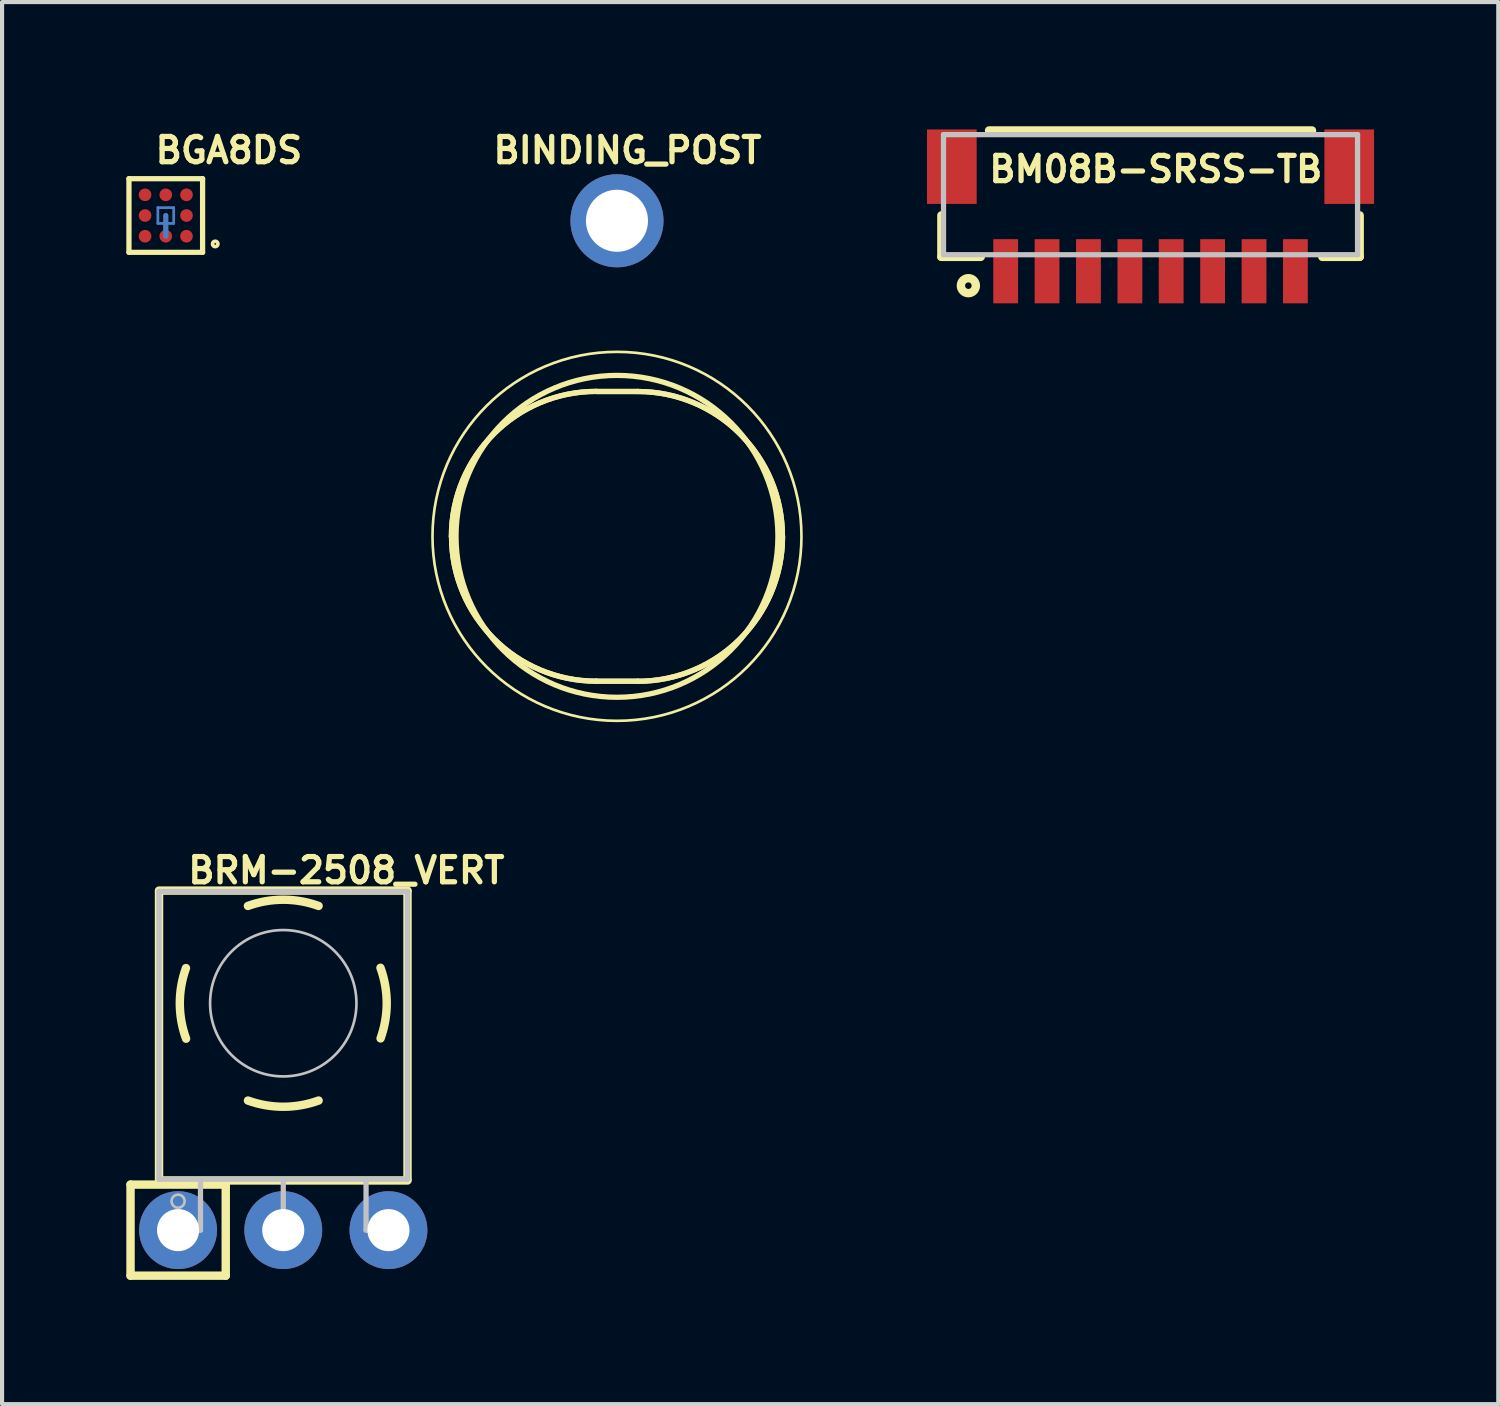
<source format=kicad_pcb>
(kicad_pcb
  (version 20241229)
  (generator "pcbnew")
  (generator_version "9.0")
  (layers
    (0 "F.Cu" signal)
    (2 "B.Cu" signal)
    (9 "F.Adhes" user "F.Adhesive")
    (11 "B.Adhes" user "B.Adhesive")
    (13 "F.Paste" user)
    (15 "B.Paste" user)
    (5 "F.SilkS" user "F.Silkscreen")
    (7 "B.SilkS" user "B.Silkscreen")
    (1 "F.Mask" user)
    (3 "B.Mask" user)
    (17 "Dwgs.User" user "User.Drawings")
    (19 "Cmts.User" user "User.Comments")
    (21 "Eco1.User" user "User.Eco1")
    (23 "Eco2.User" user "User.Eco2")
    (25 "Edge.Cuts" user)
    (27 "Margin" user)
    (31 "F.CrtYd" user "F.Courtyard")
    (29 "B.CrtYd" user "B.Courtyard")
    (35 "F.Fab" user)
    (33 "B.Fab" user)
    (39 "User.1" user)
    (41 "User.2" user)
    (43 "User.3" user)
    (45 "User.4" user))
  (footprint "BRM-2508_VERT"
    (layer "F.Cu")
    (at 3.79 26.654)
    (property "Reference" "BRM-2508_VERT" (at 1.524 -8.687 0) (layer "F.SilkS") (effects (font (size 0.61 0.61) (thickness 0.127))))
    (attr exclude_from_pos_files exclude_from_bom)
    (fp_line (start -3.688 -1.1) (end -3.688 1.1) (stroke (width 0.203) (type solid)) (layer "F.SilkS"))
    (fp_line (start -3 -8.199) (end 3 -8.199) (stroke (width 0.203) (type solid)) (layer "F.SilkS"))
    (fp_line (start -3 -8.179) (end -3 -1.229) (stroke (width 0.203) (type solid)) (layer "F.SilkS"))
    (fp_line (start -3 -1.199) (end 3 -1.199) (stroke (width 0.203) (type solid)) (layer "F.SilkS"))
    (fp_line (start -1.389 -1.1) (end -3.688 -1.1) (stroke (width 0.203) (type solid)) (layer "F.SilkS"))
    (fp_line (start -1.389 -1.1) (end -1.389 1.1) (stroke (width 0.203) (type solid)) (layer "F.SilkS"))
    (fp_line (start -1.389 1.1) (end -3.688 1.1) (stroke (width 0.203) (type solid)) (layer "F.SilkS"))
    (fp_line (start 3 -8.179) (end 3 -1.229) (stroke (width 0.203) (type solid)) (layer "F.SilkS"))
    (fp_arc (start -2.34696 -4.6228) (mid -2.498181 -5.47495) (end -2.349574 -6.327559) (stroke (width 0.2032) (type solid)) (layer "F.SilkS"))
    (fp_arc (start -0.85344 -7.82828) (mid -0.000577 -7.978482) (end 0.852356 -7.828673) (stroke (width 0.2032) (type solid)) (layer "F.SilkS"))
    (fp_arc (start 0.85344 -3.12928) (mid 0.000577 -2.979078) (end -0.852356 -3.128887) (stroke (width 0.2032) (type solid)) (layer "F.SilkS"))
    (fp_arc (start 2.34696 -6.33476) (mid 2.498181 -5.48261) (end 2.349574 -4.630001) (stroke (width 0.2032) (type solid)) (layer "F.SilkS"))
    (fp_line (start -3 -8.179) (end -3 -1.229) (stroke (width 0.127) (type solid)) (layer "Dwgs.User"))
    (fp_line (start -3 -8.179) (end 3 -8.179) (stroke (width 0.127) (type solid)) (layer "Dwgs.User"))
    (fp_line (start -3 -1.229) (end 3 -1.229) (stroke (width 0.127) (type solid)) (layer "Dwgs.User"))
    (fp_line (start -2.794 -0.254) (end -2.286 -0.254) (stroke (width 0.066) (type solid)) (layer "Dwgs.User"))
    (fp_line (start -2.794 0.254) (end -2.794 -0.254) (stroke (width 0.066) (type solid)) (layer "Dwgs.User"))
    (fp_line (start -2.794 0.254) (end -2.286 0.254) (stroke (width 0.066) (type solid)) (layer "Dwgs.User"))
    (fp_line (start -2.499 0) (end -1.999 0) (stroke (width 0.127) (type solid)) (layer "Dwgs.User"))
    (fp_line (start -2.286 0.254) (end -2.286 -0.254) (stroke (width 0.066) (type solid)) (layer "Dwgs.User"))
    (fp_line (start -1.999 0) (end -1.999 -1.199) (stroke (width 0.127) (type solid)) (layer "Dwgs.User"))
    (fp_line (start -0.254 -0.254) (end 0.254 -0.254) (stroke (width 0.066) (type solid)) (layer "Dwgs.User"))
    (fp_line (start -0.254 0.254) (end -0.254 -0.254) (stroke (width 0.066) (type solid)) (layer "Dwgs.User"))
    (fp_line (start -0.254 0.254) (end 0.254 0.254) (stroke (width 0.066) (type solid)) (layer "Dwgs.User"))
    (fp_line (start 0 -1.199) (end 0 0) (stroke (width 0.127) (type solid)) (layer "Dwgs.User"))
    (fp_line (start 0.254 0.254) (end 0.254 -0.254) (stroke (width 0.066) (type solid)) (layer "Dwgs.User"))
    (fp_line (start 1.999 0) (end 1.999 -1.199) (stroke (width 0.127) (type solid)) (layer "Dwgs.User"))
    (fp_line (start 2.286 -0.254) (end 2.794 -0.254) (stroke (width 0.066) (type solid)) (layer "Dwgs.User"))
    (fp_line (start 2.286 0.254) (end 2.286 -0.254) (stroke (width 0.066) (type solid)) (layer "Dwgs.User"))
    (fp_line (start 2.286 0.254) (end 2.794 0.254) (stroke (width 0.066) (type solid)) (layer "Dwgs.User"))
    (fp_line (start 2.499 0) (end 1.999 0) (stroke (width 0.127) (type solid)) (layer "Dwgs.User"))
    (fp_line (start 2.794 0.254) (end 2.794 -0.254) (stroke (width 0.066) (type solid)) (layer "Dwgs.User"))
    (fp_line (start 3 -8.179) (end 3 -1.229) (stroke (width 0.127) (type solid)) (layer "Dwgs.User"))
    (fp_circle (center -2.54 -0.699) (end -2.652 -0.81) (stroke (width 0.064) (type solid)) (fill no) (layer "Dwgs.User"))
    (fp_circle (center 0 -5.479) (end -1.25 -6.728) (stroke (width 0.064) (type solid)) (fill no) (layer "Dwgs.User"))
    (pad "1" thru_hole circle (at -2.54 0) (size 1.88 1.88) (drill 1.016) (layers "*.Cu" "*.Paste" "*.Mask"))
    (pad "2" thru_hole circle (at 0 0) (size 1.88 1.88) (drill 1.016) (layers "*.Cu" "*.Paste" "*.Mask"))
    (pad "3" thru_hole circle (at 2.54 0) (size 1.88 1.88) (drill 1.016) (layers "*.Cu" "*.Paste" "*.Mask")))
  (footprint "BM08B-SRSS-TB"
    (layer "F.Cu")
    (at 24.732 3.5)
    (property "Reference" "BM08B-SRSS-TB" (at 0.127 -2.464 0) (layer "F.SilkS") (effects (font (size 0.61 0.61) (thickness 0.127))))
    (attr smd)
    (fp_line (start -5.05 -0.348) (end -5.05 -1.349) (stroke (width 0.203) (type solid)) (layer "F.SilkS"))
    (fp_line (start -4.1 -0.348) (end -5.05 -0.348) (stroke (width 0.203) (type solid)) (layer "F.SilkS"))
    (fp_line (start -3.899 -3.399) (end 3.899 -3.399) (stroke (width 0.203) (type solid)) (layer "F.SilkS"))
    (fp_line (start 5.05 -0.348) (end 4.148 -0.348) (stroke (width 0.203) (type solid)) (layer "F.SilkS"))
    (fp_line (start 5.05 -0.348) (end 5.05 -1.349) (stroke (width 0.203) (type solid)) (layer "F.SilkS"))
    (fp_circle (center -4.399 0.348) (end -4.455 0.404) (stroke (width 0.203) (type solid)) (fill no) (layer "F.SilkS"))
    (fp_line (start -4.999 -3.299) (end 4.999 -3.299) (stroke (width 0.127) (type solid)) (layer "Dwgs.User"))
    (fp_line (start -4.999 -0.399) (end -4.999 -3.299) (stroke (width 0.127) (type solid)) (layer "Dwgs.User"))
    (fp_line (start -4.999 -0.399) (end 4.999 -0.399) (stroke (width 0.127) (type solid)) (layer "Dwgs.User"))
    (fp_line (start 4.999 -0.399) (end 4.999 -3.299) (stroke (width 0.127) (type solid)) (layer "Dwgs.User"))
    (pad "1" smd rect (at -3.498 0 180) (size 0.599 1.549) (layers "F.Cu" "F.Mask" "F.Paste"))
    (pad "2" smd rect (at -2.499 0 180) (size 0.599 1.549) (layers "F.Cu" "F.Mask" "F.Paste"))
    (pad "3" smd rect (at -1.499 0 180) (size 0.599 1.549) (layers "F.Cu" "F.Mask" "F.Paste"))
    (pad "4" smd rect (at -0.498 0 180) (size 0.599 1.549) (layers "F.Cu" "F.Mask" "F.Paste"))
    (pad "5" smd rect (at 0.498 0 180) (size 0.599 1.549) (layers "F.Cu" "F.Mask" "F.Paste"))
    (pad "6" smd rect (at 1.499 0 180) (size 0.599 1.549) (layers "F.Cu" "F.Mask" "F.Paste"))
    (pad "7" smd rect (at 2.499 0 180) (size 0.599 1.549) (layers "F.Cu" "F.Mask" "F.Paste"))
    (pad "8" smd rect (at 3.498 0 180) (size 0.599 1.549) (layers "F.Cu" "F.Mask" "F.Paste"))
    (pad "P$9" smd rect (at 4.798 -2.525 90) (size 1.798 1.199) (layers "F.Cu" "F.Mask" "F.Paste"))
    (pad "P$10" smd rect (at -4.798 -2.525 90) (size 1.798 1.199) (layers "F.Cu" "F.Mask" "F.Paste")))
  (footprint "BGA8DS"
    (layer "F.Cu")
    (at 0.953 2.154)
    (property "Reference" "BGA8DS" (at 1.524 -1.575 0) (layer "F.SilkS") (effects (font (size 0.61 0.61) (thickness 0.127))))
    (attr smd)
    (fp_line (start -0.191 -0.191) (end 0.191 -0.191) (stroke (width 0.066) (type solid)) (layer "B.Cu"))
    (fp_line (start -0.191 0.191) (end -0.191 -0.191) (stroke (width 0.066) (type solid)) (layer "B.Cu"))
    (fp_line (start -0.191 0.191) (end 0.191 0.191) (stroke (width 0.066) (type solid)) (layer "B.Cu"))
    (fp_line (start 0 0) (end 0 0.5) (stroke (width 0.127) (type solid)) (layer "B.Cu"))
    (fp_line (start 0.191 0.191) (end 0.191 -0.191) (stroke (width 0.066) (type solid)) (layer "B.Cu"))
    (fp_line (start -0.889 -0.889) (end 0.889 -0.889) (stroke (width 0.127) (type solid)) (layer "F.SilkS"))
    (fp_line (start -0.889 0.889) (end -0.889 -0.889) (stroke (width 0.127) (type solid)) (layer "F.SilkS"))
    (fp_line (start 0.889 -0.889) (end 0.889 0.889) (stroke (width 0.127) (type solid)) (layer "F.SilkS"))
    (fp_line (start 0.889 0.889) (end -0.889 0.889) (stroke (width 0.127) (type solid)) (layer "F.SilkS"))
    (fp_circle (center 1.194 0.686) (end 1.24 0.732) (stroke (width 0.089) (type solid)) (fill no) (layer "F.SilkS"))
    (pad "A1" smd circle (at 0.5 0.5) (size 0.305 0.305) (layers "F.Cu" "F.Mask" "F.Paste"))
    (pad "A2" smd circle (at 0 0.5) (size 0.305 0.305) (layers "F.Cu" "F.Mask" "F.Paste"))
    (pad "A3" smd circle (at -0.5 0.5) (size 0.305 0.305) (layers "F.Cu" "F.Mask" "F.Paste"))
    (pad "B1" smd circle (at 0.5 0) (size 0.305 0.305) (layers "F.Cu" "F.Mask" "F.Paste"))
    (pad "B3" smd circle (at -0.5 0) (size 0.305 0.305) (layers "F.Cu" "F.Mask" "F.Paste"))
    (pad "C1" smd circle (at 0.5 -0.5) (size 0.305 0.305) (layers "F.Cu" "F.Mask" "F.Paste"))
    (pad "C2" smd circle (at 0 -0.5) (size 0.305 0.305) (layers "F.Cu" "F.Mask" "F.Paste"))
    (pad "C3" smd circle (at -0.5 -0.5) (size 0.305 0.305) (layers "F.Cu" "F.Mask" "F.Paste")))
  (footprint "BINDING_POST"
    (layer "F.Cu")
    (at 11.848 9.901)
    (property "Reference" "BINDING_POST" (at 0.254 -9.322 0) (layer "F.SilkS") (effects (font (size 0.61 0.61) (thickness 0.127))))
    (attr exclude_from_pos_files exclude_from_bom)
    (fp_line (start -0.498 3.498) (end 0.498 3.498) (stroke (width 0.127) (type solid)) (layer "F.SilkS"))
    (fp_line (start -0.498 3.498) (end 0.498 3.498) (stroke (width 0.127) (type solid)) (layer "F.SilkS"))
    (fp_line (start 0.498 -3.498) (end -0.498 -3.498) (stroke (width 0.127) (type solid)) (layer "F.SilkS"))
    (fp_line (start 0.498 -3.498) (end -0.498 -3.498) (stroke (width 0.127) (type solid)) (layer "F.SilkS"))
    (fp_arc (start -3.99796 0) (mid -2.972799 -2.474959) (end -0.49784 -3.50012) (stroke (width 0.127) (type solid)) (layer "F.SilkS"))
    (fp_arc (start -3.99796 0) (mid -2.972799 -2.474959) (end -0.49784 -3.50012) (stroke (width 0.127) (type solid)) (layer "F.SilkS"))
    (fp_arc (start -0.49784 3.49758) (mid -2.971003 2.473163) (end -3.99542 0) (stroke (width 0.127) (type solid)) (layer "F.SilkS"))
    (fp_arc (start -0.49784 3.49758) (mid -2.971003 2.473163) (end -3.99542 0) (stroke (width 0.127) (type solid)) (layer "F.SilkS"))
    (fp_arc (start 0.49784 -3.49758) (mid 2.971003 -2.473163) (end 3.99542 0) (stroke (width 0.127) (type solid)) (layer "F.SilkS"))
    (fp_arc (start 0.49784 -3.49758) (mid 2.971003 -2.473163) (end 3.99542 0) (stroke (width 0.127) (type solid)) (layer "F.SilkS"))
    (fp_arc (start 3.99796 0) (mid 2.972799 2.474959) (end 0.49784 3.50012) (stroke (width 0.127) (type solid)) (layer "F.SilkS"))
    (fp_arc (start 3.99796 0) (mid 2.972799 2.474959) (end 0.49784 3.50012) (stroke (width 0.127) (type solid)) (layer "F.SilkS"))
    (fp_circle (center 0 0) (end -3.15 3.15) (stroke (width 0.064) (type solid)) (fill no) (layer "F.SilkS"))
    (fp_circle (center 0 0) (end -2.748 2.748) (stroke (width 0.064) (type solid)) (fill no) (layer "F.SilkS"))
    (fp_circle (center 0 0) (end -2.748 2.748) (stroke (width 0.127) (type solid)) (fill no) (layer "F.SilkS"))
    (pad "P$1" thru_hole circle (at 0 -7.62) (size 2.248 2.248) (drill 1.499) (layers "*.Cu" "*.Paste" "*.Mask")))
  (gr_rect
    (start -3 -3)
    (end 33.129 30.855)
    (stroke (width 0.1) (type default))
    (fill no)
    (layer "Edge.Cuts")))
</source>
